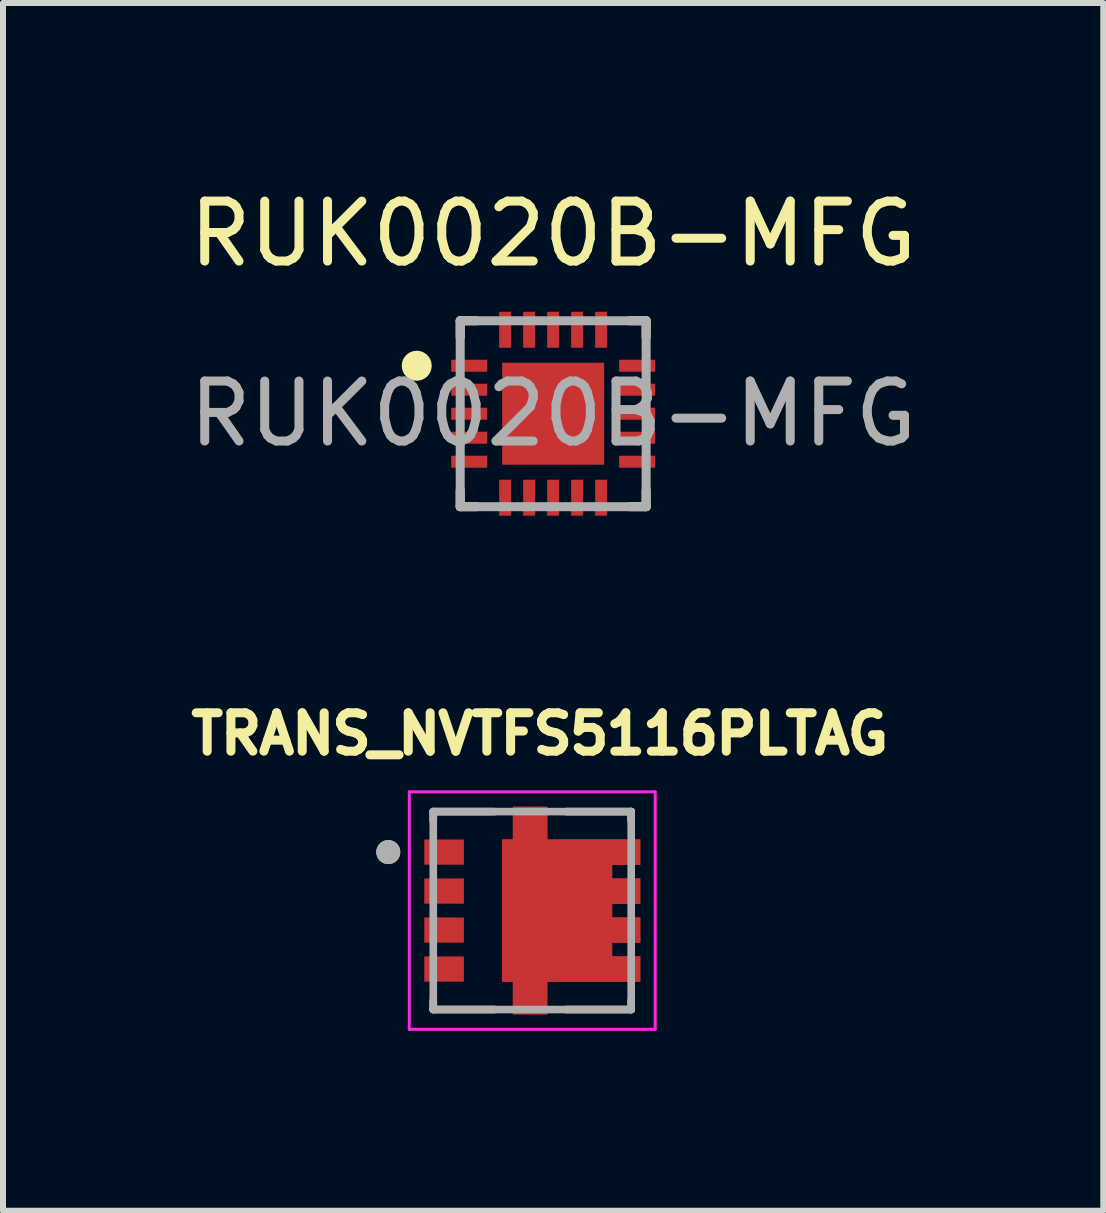
<source format=kicad_pcb>
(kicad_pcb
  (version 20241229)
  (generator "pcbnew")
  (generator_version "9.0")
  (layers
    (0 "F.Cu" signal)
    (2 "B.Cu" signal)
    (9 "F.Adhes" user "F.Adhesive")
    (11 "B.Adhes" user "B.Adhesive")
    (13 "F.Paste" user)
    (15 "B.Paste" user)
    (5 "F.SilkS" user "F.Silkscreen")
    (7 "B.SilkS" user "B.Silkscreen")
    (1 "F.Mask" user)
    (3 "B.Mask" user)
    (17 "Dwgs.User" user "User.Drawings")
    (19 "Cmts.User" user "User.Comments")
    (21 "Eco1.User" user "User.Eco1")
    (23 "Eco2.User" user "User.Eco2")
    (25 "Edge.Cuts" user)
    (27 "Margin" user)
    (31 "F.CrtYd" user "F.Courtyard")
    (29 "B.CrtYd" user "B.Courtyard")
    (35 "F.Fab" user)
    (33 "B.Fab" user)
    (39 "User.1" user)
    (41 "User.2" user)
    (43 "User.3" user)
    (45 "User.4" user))
  (footprint "TRANS_NVTFS5116PLTAG"
    (layer "F.Cu")
    (at 5.824 12.132)
    (property "Reference" "TRANS_NVTFS5116PLTAG" (at 0.127 -2.946 0) (layer "F.SilkS") (effects (font (size 0.64 0.64) (thickness 0.15))))
    (attr smd)
    (fp_poly (pts (xy 1.9 -1.285) (xy 0.35 -1.285) (xy 0.35 -1.83) (xy -0.42 -1.83) (xy -0.42 -1.285) (xy -0.6 -1.285) (xy -0.6 1.285) (xy -0.42 1.285) (xy -0.42 1.83) (xy 0.35 1.83) (xy 0.35 1.285) (xy 1.9 1.285) (xy 1.9 0.665) (xy 1.43 0.665) (xy 1.43 0.635) (xy 1.9 0.635) (xy 1.9 0.015) (xy 1.43 0.015) (xy 1.43 -0.015) (xy 1.9 -0.015) (xy 1.9 -0.635) (xy 1.43 -0.635) (xy 1.43 -0.665) (xy 1.9 -0.665)) (stroke (width 0.01) (type solid)) (fill yes) (layer "F.Mask"))
    (fp_line (start -1.65 -1.65) (end -1.65 -1.5) (stroke (width 0.127) (type solid)) (layer "F.SilkS"))
    (fp_line (start -1.65 -1.65) (end -0.633 -1.65) (stroke (width 0.127) (type solid)) (layer "F.SilkS"))
    (fp_line (start -1.65 1.65) (end -1.65 1.5) (stroke (width 0.127) (type solid)) (layer "F.SilkS"))
    (fp_line (start -0.633 1.65) (end -1.65 1.65) (stroke (width 0.127) (type solid)) (layer "F.SilkS"))
    (fp_line (start 0.564 -1.65) (end 1.65 -1.65) (stroke (width 0.127) (type solid)) (layer "F.SilkS"))
    (fp_line (start 1.65 -1.65) (end 1.65 -1.5) (stroke (width 0.127) (type solid)) (layer "F.SilkS"))
    (fp_line (start 1.65 1.65) (end 0.564 1.65) (stroke (width 0.127) (type solid)) (layer "F.SilkS"))
    (fp_line (start 1.65 1.65) (end 1.65 1.5) (stroke (width 0.127) (type solid)) (layer "F.SilkS"))
    (fp_circle (center -2.4 -0.975) (end -2.3 -0.975) (stroke (width 0.2) (type solid)) (fill no) (layer "F.SilkS"))
    (fp_poly (pts (xy -1.75 -1.135) (xy -1.19 -1.135) (xy -1.19 -0.815) (xy -1.75 -0.815)) (stroke (width 0.01) (type solid)) (fill yes) (layer "F.Paste"))
    (fp_poly (pts (xy -1.75 -0.485) (xy -1.19 -0.485) (xy -1.19 -0.165) (xy -1.75 -0.165)) (stroke (width 0.01) (type solid)) (fill yes) (layer "F.Paste"))
    (fp_poly (pts (xy -1.75 0.165) (xy -1.19 0.165) (xy -1.19 0.485) (xy -1.75 0.485)) (stroke (width 0.01) (type solid)) (fill yes) (layer "F.Paste"))
    (fp_poly (pts (xy -1.75 0.815) (xy -1.19 0.815) (xy -1.19 1.135) (xy -1.75 1.135)) (stroke (width 0.01) (type solid)) (fill yes) (layer "F.Paste"))
    (fp_poly (pts (xy -0.24 -1.65) (xy 0.18 -1.65) (xy 0.18 -1.1) (xy 0.58 -1.1) (xy 0.58 -0.1) (xy -0.42 -0.1) (xy -0.42 -1.1) (xy -0.24 -1.1)) (stroke (width 0.01) (type solid)) (fill yes) (layer "F.Paste"))
    (fp_poly (pts (xy -0.24 1.65) (xy 0.18 1.65) (xy 0.18 1.1) (xy 0.58 1.1) (xy 0.58 0.1) (xy -0.42 0.1) (xy -0.42 1.1) (xy -0.24 1.1)) (stroke (width 0.01) (type solid)) (fill yes) (layer "F.Paste"))
    (fp_poly (pts (xy 1.75 -1.1) (xy 0.78 -1.1) (xy 0.78 -0.1) (xy 1.25 -0.1) (xy 1.25 -0.2) (xy 1.75 -0.2) (xy 1.75 -0.46) (xy 1.25 -0.46) (xy 1.25 -0.84) (xy 1.75 -0.84)) (stroke (width 0.01) (type solid)) (fill yes) (layer "F.Paste"))
    (fp_poly (pts (xy 1.75 1.1) (xy 0.78 1.1) (xy 0.78 0.1) (xy 1.25 0.1) (xy 1.25 0.2) (xy 1.75 0.2) (xy 1.75 0.46) (xy 1.25 0.46) (xy 1.25 0.84) (xy 1.75 0.84)) (stroke (width 0.01) (type solid)) (fill yes) (layer "F.Paste"))
    (fp_line (start -2.05 -1.98) (end 2.05 -1.98) (stroke (width 0.05) (type solid)) (layer "F.CrtYd"))
    (fp_line (start -2.05 1.98) (end -2.05 -1.98) (stroke (width 0.05) (type solid)) (layer "F.CrtYd"))
    (fp_line (start 2.05 -1.98) (end 2.05 1.98) (stroke (width 0.05) (type solid)) (layer "F.CrtYd"))
    (fp_line (start 2.05 1.98) (end -2.05 1.98) (stroke (width 0.05) (type solid)) (layer "F.CrtYd"))
    (fp_line (start -1.65 -1.65) (end 1.65 -1.65) (stroke (width 0.127) (type solid)) (layer "F.Fab"))
    (fp_line (start -1.65 1.65) (end -1.65 -1.65) (stroke (width 0.127) (type solid)) (layer "F.Fab"))
    (fp_line (start 1.65 -1.65) (end 1.65 1.65) (stroke (width 0.127) (type solid)) (layer "F.Fab"))
    (fp_line (start 1.65 1.65) (end -1.65 1.65) (stroke (width 0.127) (type solid)) (layer "F.Fab"))
    (fp_circle (center -2.4 -0.975) (end -2.3 -0.975) (stroke (width 0.2) (type solid)) (fill no) (layer "F.Fab"))
    (pad "1" smd rect (at -1.47 -0.975) (size 0.66 0.42) (layers "F.Cu" "F.Mask"))
    (pad "2" smd rect (at -1.47 -0.325) (size 0.66 0.42) (layers "F.Cu" "F.Mask"))
    (pad "3" smd rect (at -1.47 0.325) (size 0.66 0.42) (layers "F.Cu" "F.Mask"))
    (pad "4" smd rect (at -1.47 0.975) (size 0.66 0.42) (layers "F.Cu" "F.Mask"))
    (pad "5" smd custom (at 0.635 0) (size 0.635 1.27) (layers "F.Cu") (options (anchor rect)) (primitives (gr_poly (pts (xy 1.165 -1.185) (xy -0.385 -1.185) (xy -0.385 -1.73) (xy -0.955 -1.73) (xy -0.955 -1.185) (xy -1.135 -1.185) (xy -1.135 1.185) (xy -0.955 1.185) (xy -0.955 1.73) (xy -0.385 1.73) (xy -0.385 1.185) (xy 1.165 1.185) (xy 1.165 0.765) (xy 0.695 0.765) (xy 0.695 0.535) (xy 1.165 0.535) (xy 1.165 0.115) (xy 0.695 0.115) (xy 0.695 -0.115) (xy 1.165 -0.115) (xy 1.165 -0.535) (xy 0.695 -0.535) (xy 0.695 -0.765) (xy 1.165 -0.765)) (width 0.01) (fill yes)))))
  (footprint "RUK0020B-MFG"
    (layer "F.Cu")
    (at 6.173 3.848)
    (property "Reference" "RUK0020B-MFG" (at 0 -3 0) (unlocked yes) (layer "F.SilkS") (effects (font (size 1 1) (thickness 0.15))))
    (attr smd)
    (fp_line (start -1.55 -1.55) (end -1.275 -1.55) (stroke (width 0.15) (type solid)) (layer "F.SilkS"))
    (fp_line (start -1.55 -1.275) (end -1.55 -1.55) (stroke (width 0.15) (type solid)) (layer "F.SilkS"))
    (fp_line (start -1.55 1.55) (end -1.55 1.275) (stroke (width 0.15) (type solid)) (layer "F.SilkS"))
    (fp_line (start -1.55 1.55) (end -1.275 1.55) (stroke (width 0.15) (type solid)) (layer "F.SilkS"))
    (fp_line (start 1.275 -1.55) (end 1.55 -1.55) (stroke (width 0.15) (type solid)) (layer "F.SilkS"))
    (fp_line (start 1.275 1.55) (end 1.55 1.55) (stroke (width 0.15) (type solid)) (layer "F.SilkS"))
    (fp_line (start 1.55 -1.275) (end 1.55 -1.55) (stroke (width 0.15) (type solid)) (layer "F.SilkS"))
    (fp_line (start 1.55 1.55) (end 1.55 1.275) (stroke (width 0.15) (type solid)) (layer "F.SilkS"))
    (fp_circle (center -2.275 -0.8) (end -2.15 -0.8) (stroke (width 0.25) (type solid)) (fill no) (layer "F.SilkS"))
    (fp_poly (pts (xy -0.795 0.845) (xy -0.845 0.795) (xy -0.845 0.145) (xy -0.795 0.095) (xy -0.145 0.095) (xy -0.095 0.145) (xy -0.095 0.795) (xy -0.145 0.845)) (stroke (width 0) (type solid)) (fill yes) (layer "F.Paste"))
    (fp_poly (pts (xy -0.145 -0.845) (xy -0.095 -0.795) (xy -0.095 -0.145) (xy -0.145 -0.095) (xy -0.795 -0.095) (xy -0.845 -0.145) (xy -0.845 -0.795) (xy -0.795 -0.845)) (stroke (width 0) (type solid)) (fill yes) (layer "F.Paste"))
    (fp_poly (pts (xy 0.095 -0.795) (xy 0.145 -0.845) (xy 0.795 -0.845) (xy 0.845 -0.795) (xy 0.845 -0.145) (xy 0.795 -0.095) (xy 0.145 -0.095) (xy 0.095 -0.145)) (stroke (width 0) (type solid)) (fill yes) (layer "F.Paste"))
    (fp_poly (pts (xy 0.095 0.145) (xy 0.145 0.095) (xy 0.795 0.095) (xy 0.845 0.145) (xy 0.845 0.795) (xy 0.795 0.845) (xy 0.145 0.845) (xy 0.095 0.795)) (stroke (width 0) (type solid)) (fill yes) (layer "F.Paste"))
    (fp_line (start -1.55 -1.55) (end 1.55 -1.55) (stroke (width 0.15) (type solid)) (layer "F.Fab"))
    (fp_line (start -1.55 1.55) (end -1.55 -1.55) (stroke (width 0.15) (type solid)) (layer "F.Fab"))
    (fp_line (start -1.55 1.55) (end 1.55 1.55) (stroke (width 0.15) (type solid)) (layer "F.Fab"))
    (fp_line (start 1.55 1.55) (end 1.55 -1.55) (stroke (width 0.15) (type solid)) (layer "F.Fab"))
    (fp_text user "${REFERENCE}" (at 0 0 0) (unlocked yes) (layer "F.Fab") (effects (font (size 1 1) (thickness 0.15))))
    (pad "1" smd rect (at -1.4 -0.8) (size 0.6 0.2) (layers "F.Cu" "F.Mask" "F.Paste"))
    (pad "2" smd rect (at -1.4 -0.4) (size 0.6 0.2) (layers "F.Cu" "F.Mask" "F.Paste"))
    (pad "3" smd rect (at -1.4 0) (size 0.6 0.2) (layers "F.Cu" "F.Mask" "F.Paste"))
    (pad "4" smd rect (at -1.4 0.4) (size 0.6 0.2) (layers "F.Cu" "F.Mask" "F.Paste"))
    (pad "5" smd rect (at -1.4 0.8) (size 0.6 0.2) (layers "F.Cu" "F.Mask" "F.Paste"))
    (pad "6" smd rect (at -0.8 1.4 90) (size 0.6 0.2) (layers "F.Cu" "F.Mask" "F.Paste"))
    (pad "7" smd rect (at -0.4 1.4 90) (size 0.6 0.2) (layers "F.Cu" "F.Mask" "F.Paste"))
    (pad "8" smd rect (at 0 1.4 90) (size 0.6 0.2) (layers "F.Cu" "F.Mask" "F.Paste"))
    (pad "9" smd rect (at 0.4 1.4 90) (size 0.6 0.2) (layers "F.Cu" "F.Mask" "F.Paste"))
    (pad "10" smd rect (at 0.8 1.4 90) (size 0.6 0.2) (layers "F.Cu" "F.Mask" "F.Paste"))
    (pad "11" smd rect (at 1.4 0.8) (size 0.6 0.2) (layers "F.Cu" "F.Mask" "F.Paste"))
    (pad "12" smd rect (at 1.4 0.4) (size 0.6 0.2) (layers "F.Cu" "F.Mask" "F.Paste"))
    (pad "13" smd rect (at 1.4 0) (size 0.6 0.2) (layers "F.Cu" "F.Mask" "F.Paste"))
    (pad "14" smd rect (at 1.4 -0.4) (size 0.6 0.2) (layers "F.Cu" "F.Mask" "F.Paste"))
    (pad "15" smd rect (at 1.4 -0.8) (size 0.6 0.2) (layers "F.Cu" "F.Mask" "F.Paste"))
    (pad "16" smd rect (at 0.8 -1.4 90) (size 0.6 0.2) (layers "F.Cu" "F.Mask" "F.Paste"))
    (pad "17" smd rect (at 0.4 -1.4 90) (size 0.6 0.2) (layers "F.Cu" "F.Mask" "F.Paste"))
    (pad "18" smd rect (at 0 -1.4 90) (size 0.6 0.2) (layers "F.Cu" "F.Mask" "F.Paste"))
    (pad "19" smd rect (at -0.4 -1.4 90) (size 0.6 0.2) (layers "F.Cu" "F.Mask" "F.Paste"))
    (pad "20" smd rect (at -0.8 -1.4 90) (size 0.6 0.2) (layers "F.Cu" "F.Mask" "F.Paste"))
    (pad "21" smd rect (at 0 0) (size 1.7 1.7) (layers "F.Cu" "F.Mask")))
  (gr_rect
    (start -3 -3)
    (end 15.345 17.137)
    (stroke (width 0.1) (type default))
    (fill no)
    (layer "Edge.Cuts")))
</source>
